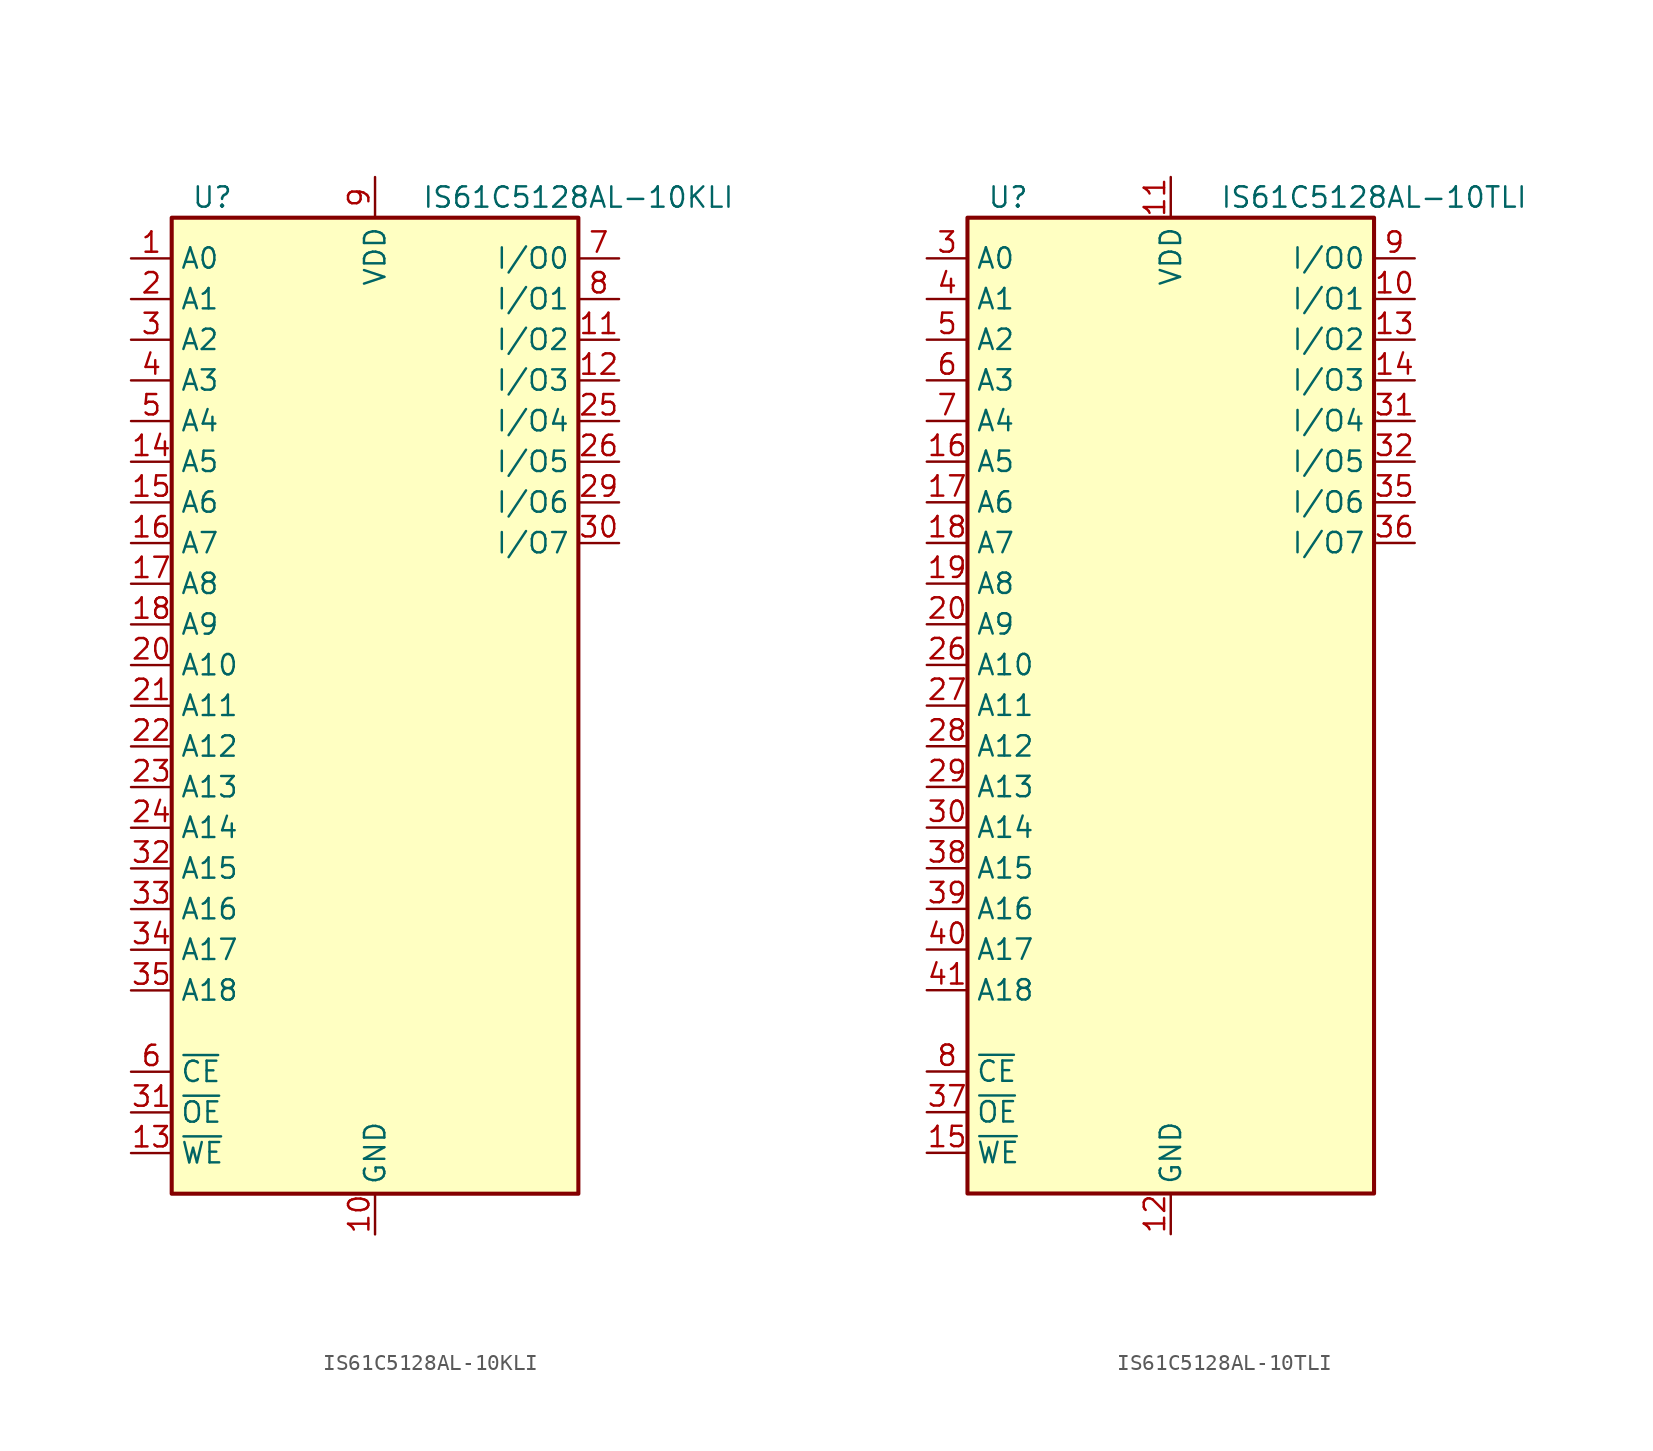
<source format=kicad_sym>
(kicad_symbol_lib
  (version 20211014)
  (generator kicad_symbol_editor)
  (symbol "IS61C5128AL-10KLI"
    (property "Reference" "U"
      (at -10.16 31.75 0)
      (effects (font (size 1.27 1.27))))
    (property "Value" "IS61C5128AL-10KLI"
      (at 12.7 31.75 0)
      (effects (font (size 1.27 1.27))))
    (symbol "IS61C5128AL-10KLI_0_1"
      (rectangle (start -12.7 30.48) (end 12.7 -30.48) (stroke (width 0.254) (type default) (color 0 0 0 0)) (fill (type background))))
    (symbol "IS61C5128AL-10KLI_1_1"
      (pin input line (at -15.24 27.94 0) (length 2.54) (name "A0" (effects (font (size 1.27 1.27)))) (number "1" (effects (font (size 1.27 1.27)))))
      (pin power_in line (at 0 -33.02 90) (length 2.54) (name "GND" (effects (font (size 1.27 1.27)))) (number "10" (effects (font (size 1.27 1.27)))))
      (pin bidirectional line (at 15.24 22.86 180) (length 2.54) (name "I/O2" (effects (font (size 1.27 1.27)))) (number "11" (effects (font (size 1.27 1.27)))))
      (pin bidirectional line (at 15.24 20.32 180) (length 2.54) (name "I/O3" (effects (font (size 1.27 1.27)))) (number "12" (effects (font (size 1.27 1.27)))))
      (pin input line (at -15.24 -27.94 0) (length 2.54) (name "~{WE}" (effects (font (size 1.27 1.27)))) (number "13" (effects (font (size 1.27 1.27)))))
      (pin input line (at -15.24 15.24 0) (length 2.54) (name "A5" (effects (font (size 1.27 1.27)))) (number "14" (effects (font (size 1.27 1.27)))))
      (pin input line (at -15.24 12.7 0) (length 2.54) (name "A6" (effects (font (size 1.27 1.27)))) (number "15" (effects (font (size 1.27 1.27)))))
      (pin input line (at -15.24 10.16 0) (length 2.54) (name "A7" (effects (font (size 1.27 1.27)))) (number "16" (effects (font (size 1.27 1.27)))))
      (pin input line (at -15.24 7.62 0) (length 2.54) (name "A8" (effects (font (size 1.27 1.27)))) (number "17" (effects (font (size 1.27 1.27)))))
      (pin input line (at -15.24 5.08 0) (length 2.54) (name "A9" (effects (font (size 1.27 1.27)))) (number "18" (effects (font (size 1.27 1.27)))))
      (pin no_connect line (at 12.7 -27.94 180) (length 2.54) hide (name "NC" (effects (font (size 1.27 1.27)))) (number "19" (effects (font (size 1.27 1.27)))))
      (pin input line (at -15.24 25.4 0) (length 2.54) (name "A1" (effects (font (size 1.27 1.27)))) (number "2" (effects (font (size 1.27 1.27)))))
      (pin input line (at -15.24 2.54 0) (length 2.54) (name "A10" (effects (font (size 1.27 1.27)))) (number "20" (effects (font (size 1.27 1.27)))))
      (pin input line (at -15.24 0 0) (length 2.54) (name "A11" (effects (font (size 1.27 1.27)))) (number "21" (effects (font (size 1.27 1.27)))))
      (pin input line (at -15.24 -2.54 0) (length 2.54) (name "A12" (effects (font (size 1.27 1.27)))) (number "22" (effects (font (size 1.27 1.27)))))
      (pin input line (at -15.24 -5.08 0) (length 2.54) (name "A13" (effects (font (size 1.27 1.27)))) (number "23" (effects (font (size 1.27 1.27)))))
      (pin input line (at -15.24 -7.62 0) (length 2.54) (name "A14" (effects (font (size 1.27 1.27)))) (number "24" (effects (font (size 1.27 1.27)))))
      (pin bidirectional line (at 15.24 17.78 180) (length 2.54) (name "I/O4" (effects (font (size 1.27 1.27)))) (number "25" (effects (font (size 1.27 1.27)))))
      (pin bidirectional line (at 15.24 15.24 180) (length 2.54) (name "I/O5" (effects (font (size 1.27 1.27)))) (number "26" (effects (font (size 1.27 1.27)))))
      (pin passive line (at 0 33.02 270) (length 2.54) hide (name "VDD" (effects (font (size 1.27 1.27)))) (number "27" (effects (font (size 1.27 1.27)))))
      (pin passive line (at 0 -33.02 90) (length 2.54) hide (name "GND" (effects (font (size 1.27 1.27)))) (number "28" (effects (font (size 1.27 1.27)))))
      (pin bidirectional line (at 15.24 12.7 180) (length 2.54) (name "I/O6" (effects (font (size 1.27 1.27)))) (number "29" (effects (font (size 1.27 1.27)))))
      (pin input line (at -15.24 22.86 0) (length 2.54) (name "A2" (effects (font (size 1.27 1.27)))) (number "3" (effects (font (size 1.27 1.27)))))
      (pin bidirectional line (at 15.24 10.16 180) (length 2.54) (name "I/O7" (effects (font (size 1.27 1.27)))) (number "30" (effects (font (size 1.27 1.27)))))
      (pin input line (at -15.24 -25.4 0) (length 2.54) (name "~{OE}" (effects (font (size 1.27 1.27)))) (number "31" (effects (font (size 1.27 1.27)))))
      (pin input line (at -15.24 -10.16 0) (length 2.54) (name "A15" (effects (font (size 1.27 1.27)))) (number "32" (effects (font (size 1.27 1.27)))))
      (pin input line (at -15.24 -12.7 0) (length 2.54) (name "A16" (effects (font (size 1.27 1.27)))) (number "33" (effects (font (size 1.27 1.27)))))
      (pin input line (at -15.24 -15.24 0) (length 2.54) (name "A17" (effects (font (size 1.27 1.27)))) (number "34" (effects (font (size 1.27 1.27)))))
      (pin input line (at -15.24 -17.78 0) (length 2.54) (name "A18" (effects (font (size 1.27 1.27)))) (number "35" (effects (font (size 1.27 1.27)))))
      (pin no_connect line (at 12.7 -25.4 180) (length 2.54) hide (name "NC" (effects (font (size 1.27 1.27)))) (number "36" (effects (font (size 1.27 1.27)))))
      (pin input line (at -15.24 20.32 0) (length 2.54) (name "A3" (effects (font (size 1.27 1.27)))) (number "4" (effects (font (size 1.27 1.27)))))
      (pin input line (at -15.24 17.78 0) (length 2.54) (name "A4" (effects (font (size 1.27 1.27)))) (number "5" (effects (font (size 1.27 1.27)))))
      (pin input line (at -15.24 -22.86 0) (length 2.54) (name "~{CE}" (effects (font (size 1.27 1.27)))) (number "6" (effects (font (size 1.27 1.27)))))
      (pin bidirectional line (at 15.24 27.94 180) (length 2.54) (name "I/O0" (effects (font (size 1.27 1.27)))) (number "7" (effects (font (size 1.27 1.27)))))
      (pin bidirectional line (at 15.24 25.4 180) (length 2.54) (name "I/O1" (effects (font (size 1.27 1.27)))) (number "8" (effects (font (size 1.27 1.27)))))
      (pin power_in line (at 0 33.02 270) (length 2.54) (name "VDD" (effects (font (size 1.27 1.27)))) (number "9" (effects (font (size 1.27 1.27)))))))
  (symbol "IS61C5128AL-10TLI"
    (property "Reference" "U"
      (at -10.16 31.75 0)
      (effects (font (size 1.27 1.27))))
    (property "Value" "IS61C5128AL-10TLI"
      (at 12.7 31.75 0)
      (effects (font (size 1.27 1.27))))
    (symbol "IS61C5128AL-10TLI_0_1"
      (rectangle (start -12.7 30.48) (end 12.7 -30.48) (stroke (width 0.254) (type default) (color 0 0 0 0)) (fill (type background))))
    (symbol "IS61C5128AL-10TLI_1_1"
      (pin no_connect line (at 12.7 -27.94 180) (length 2.54) hide (name "NC" (effects (font (size 1.27 1.27)))) (number "1" (effects (font (size 1.27 1.27)))))
      (pin bidirectional line (at 15.24 25.4 180) (length 2.54) (name "I/O1" (effects (font (size 1.27 1.27)))) (number "10" (effects (font (size 1.27 1.27)))))
      (pin power_in line (at 0 33.02 270) (length 2.54) (name "VDD" (effects (font (size 1.27 1.27)))) (number "11" (effects (font (size 1.27 1.27)))))
      (pin power_in line (at 0 -33.02 90) (length 2.54) (name "GND" (effects (font (size 1.27 1.27)))) (number "12" (effects (font (size 1.27 1.27)))))
      (pin bidirectional line (at 15.24 22.86 180) (length 2.54) (name "I/O2" (effects (font (size 1.27 1.27)))) (number "13" (effects (font (size 1.27 1.27)))))
      (pin bidirectional line (at 15.24 20.32 180) (length 2.54) (name "I/O3" (effects (font (size 1.27 1.27)))) (number "14" (effects (font (size 1.27 1.27)))))
      (pin input line (at -15.24 -27.94 0) (length 2.54) (name "~{WE}" (effects (font (size 1.27 1.27)))) (number "15" (effects (font (size 1.27 1.27)))))
      (pin input line (at -15.24 15.24 0) (length 2.54) (name "A5" (effects (font (size 1.27 1.27)))) (number "16" (effects (font (size 1.27 1.27)))))
      (pin input line (at -15.24 12.7 0) (length 2.54) (name "A6" (effects (font (size 1.27 1.27)))) (number "17" (effects (font (size 1.27 1.27)))))
      (pin input line (at -15.24 10.16 0) (length 2.54) (name "A7" (effects (font (size 1.27 1.27)))) (number "18" (effects (font (size 1.27 1.27)))))
      (pin input line (at -15.24 7.62 0) (length 2.54) (name "A8" (effects (font (size 1.27 1.27)))) (number "19" (effects (font (size 1.27 1.27)))))
      (pin no_connect line (at 12.7 -25.4 180) (length 2.54) hide (name "NC" (effects (font (size 1.27 1.27)))) (number "2" (effects (font (size 1.27 1.27)))))
      (pin input line (at -15.24 5.08 0) (length 2.54) (name "A9" (effects (font (size 1.27 1.27)))) (number "20" (effects (font (size 1.27 1.27)))))
      (pin no_connect line (at 12.7 -22.86 180) (length 2.54) hide (name "NC" (effects (font (size 1.27 1.27)))) (number "21" (effects (font (size 1.27 1.27)))))
      (pin no_connect line (at 12.7 -20.32 180) (length 2.54) hide (name "NC" (effects (font (size 1.27 1.27)))) (number "22" (effects (font (size 1.27 1.27)))))
      (pin no_connect line (at 12.7 -17.78 180) (length 2.54) hide (name "NC" (effects (font (size 1.27 1.27)))) (number "23" (effects (font (size 1.27 1.27)))))
      (pin no_connect line (at 12.7 -15.24 180) (length 2.54) hide (name "NC" (effects (font (size 1.27 1.27)))) (number "24" (effects (font (size 1.27 1.27)))))
      (pin no_connect line (at 12.7 -12.7 180) (length 2.54) hide (name "NC" (effects (font (size 1.27 1.27)))) (number "25" (effects (font (size 1.27 1.27)))))
      (pin input line (at -15.24 2.54 0) (length 2.54) (name "A10" (effects (font (size 1.27 1.27)))) (number "26" (effects (font (size 1.27 1.27)))))
      (pin input line (at -15.24 0 0) (length 2.54) (name "A11" (effects (font (size 1.27 1.27)))) (number "27" (effects (font (size 1.27 1.27)))))
      (pin input line (at -15.24 -2.54 0) (length 2.54) (name "A12" (effects (font (size 1.27 1.27)))) (number "28" (effects (font (size 1.27 1.27)))))
      (pin input line (at -15.24 -5.08 0) (length 2.54) (name "A13" (effects (font (size 1.27 1.27)))) (number "29" (effects (font (size 1.27 1.27)))))
      (pin input line (at -15.24 27.94 0) (length 2.54) (name "A0" (effects (font (size 1.27 1.27)))) (number "3" (effects (font (size 1.27 1.27)))))
      (pin input line (at -15.24 -7.62 0) (length 2.54) (name "A14" (effects (font (size 1.27 1.27)))) (number "30" (effects (font (size 1.27 1.27)))))
      (pin bidirectional line (at 15.24 17.78 180) (length 2.54) (name "I/O4" (effects (font (size 1.27 1.27)))) (number "31" (effects (font (size 1.27 1.27)))))
      (pin bidirectional line (at 15.24 15.24 180) (length 2.54) (name "I/O5" (effects (font (size 1.27 1.27)))) (number "32" (effects (font (size 1.27 1.27)))))
      (pin passive line (at 0 33.02 270) (length 2.54) hide (name "VDD" (effects (font (size 1.27 1.27)))) (number "33" (effects (font (size 1.27 1.27)))))
      (pin passive line (at 0 -33.02 90) (length 2.54) hide (name "GND" (effects (font (size 1.27 1.27)))) (number "34" (effects (font (size 1.27 1.27)))))
      (pin bidirectional line (at 15.24 12.7 180) (length 2.54) (name "I/O6" (effects (font (size 1.27 1.27)))) (number "35" (effects (font (size 1.27 1.27)))))
      (pin bidirectional line (at 15.24 10.16 180) (length 2.54) (name "I/O7" (effects (font (size 1.27 1.27)))) (number "36" (effects (font (size 1.27 1.27)))))
      (pin input line (at -15.24 -25.4 0) (length 2.54) (name "~{OE}" (effects (font (size 1.27 1.27)))) (number "37" (effects (font (size 1.27 1.27)))))
      (pin input line (at -15.24 -10.16 0) (length 2.54) (name "A15" (effects (font (size 1.27 1.27)))) (number "38" (effects (font (size 1.27 1.27)))))
      (pin input line (at -15.24 -12.7 0) (length 2.54) (name "A16" (effects (font (size 1.27 1.27)))) (number "39" (effects (font (size 1.27 1.27)))))
      (pin input line (at -15.24 25.4 0) (length 2.54) (name "A1" (effects (font (size 1.27 1.27)))) (number "4" (effects (font (size 1.27 1.27)))))
      (pin input line (at -15.24 -15.24 0) (length 2.54) (name "A17" (effects (font (size 1.27 1.27)))) (number "40" (effects (font (size 1.27 1.27)))))
      (pin input line (at -15.24 -17.78 0) (length 2.54) (name "A18" (effects (font (size 1.27 1.27)))) (number "41" (effects (font (size 1.27 1.27)))))
      (pin no_connect line (at 12.7 -10.16 180) (length 2.54) hide (name "NC" (effects (font (size 1.27 1.27)))) (number "42" (effects (font (size 1.27 1.27)))))
      (pin no_connect line (at 12.7 -7.62 180) (length 2.54) hide (name "NC" (effects (font (size 1.27 1.27)))) (number "43" (effects (font (size 1.27 1.27)))))
      (pin no_connect line (at 12.7 -5.08 180) (length 2.54) hide (name "NC" (effects (font (size 1.27 1.27)))) (number "44" (effects (font (size 1.27 1.27)))))
      (pin input line (at -15.24 22.86 0) (length 2.54) (name "A2" (effects (font (size 1.27 1.27)))) (number "5" (effects (font (size 1.27 1.27)))))
      (pin input line (at -15.24 20.32 0) (length 2.54) (name "A3" (effects (font (size 1.27 1.27)))) (number "6" (effects (font (size 1.27 1.27)))))
      (pin input line (at -15.24 17.78 0) (length 2.54) (name "A4" (effects (font (size 1.27 1.27)))) (number "7" (effects (font (size 1.27 1.27)))))
      (pin input line (at -15.24 -22.86 0) (length 2.54) (name "~{CE}" (effects (font (size 1.27 1.27)))) (number "8" (effects (font (size 1.27 1.27)))))
      (pin bidirectional line (at 15.24 27.94 180) (length 2.54) (name "I/O0" (effects (font (size 1.27 1.27)))) (number "9" (effects (font (size 1.27 1.27))))))))
</source>
